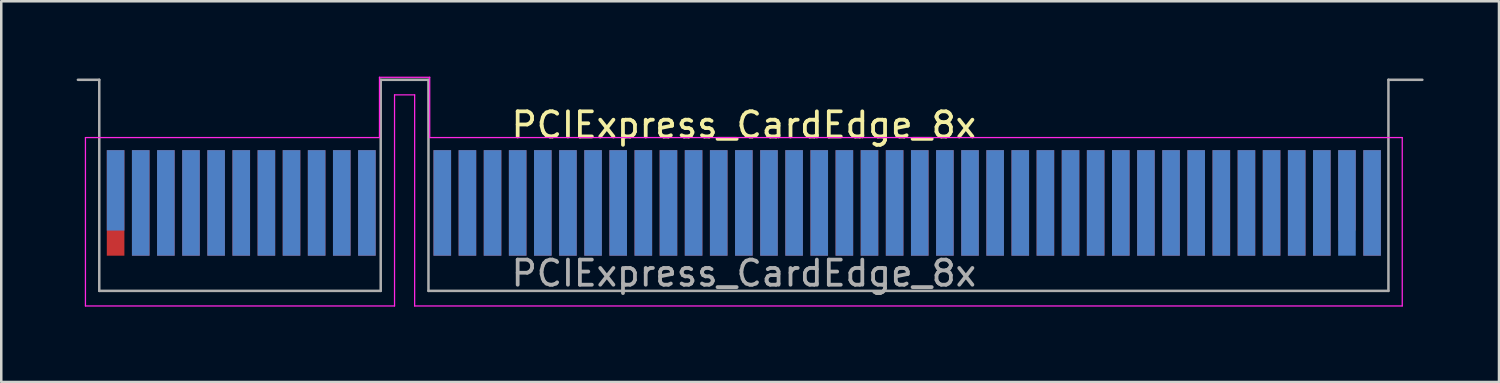
<source format=kicad_pcb>
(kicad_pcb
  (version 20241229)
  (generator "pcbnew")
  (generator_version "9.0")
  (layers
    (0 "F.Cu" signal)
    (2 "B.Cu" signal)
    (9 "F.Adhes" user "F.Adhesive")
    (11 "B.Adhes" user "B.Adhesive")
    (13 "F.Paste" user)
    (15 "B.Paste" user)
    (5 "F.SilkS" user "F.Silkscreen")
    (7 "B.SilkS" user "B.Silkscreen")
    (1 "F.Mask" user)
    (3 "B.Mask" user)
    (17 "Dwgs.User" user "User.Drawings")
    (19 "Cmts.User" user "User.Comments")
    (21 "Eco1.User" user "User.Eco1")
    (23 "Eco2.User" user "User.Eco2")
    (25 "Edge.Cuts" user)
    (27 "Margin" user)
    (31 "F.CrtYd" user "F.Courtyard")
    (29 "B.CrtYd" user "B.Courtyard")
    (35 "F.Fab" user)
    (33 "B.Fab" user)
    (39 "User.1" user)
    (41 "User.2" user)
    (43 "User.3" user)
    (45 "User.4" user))
  (footprint "PCIExpress_CardEdge_8x"
    (layer "F.Cu")
    (at 26.55 5.025)
    (property "Reference" "PCIExpress_CardEdge_8x" (at 0 -3.1 0) (layer "F.SilkS") (effects (font (size 1 1) (thickness 0.15))))
    (attr exclude_from_pos_files exclude_from_bom)
    (fp_line (start -26.2 -2.6) (end -26.2 4.1) (stroke (width 0.05) (type solid)) (layer "F.CrtYd"))
    (fp_line (start -26.2 4.1) (end -13.9 4.1) (stroke (width 0.05) (type solid)) (layer "F.CrtYd"))
    (fp_line (start -14.5 -5) (end -14.5 -2.6) (stroke (width 0.05) (type solid)) (layer "F.CrtYd"))
    (fp_line (start -14.5 -2.6) (end -26.2 -2.6) (stroke (width 0.05) (type solid)) (layer "F.CrtYd"))
    (fp_line (start -13.9 -4.3) (end -13.1 -4.3) (stroke (width 0.05) (type solid)) (layer "F.CrtYd"))
    (fp_line (start -13.9 4.1) (end -13.9 -4.3) (stroke (width 0.05) (type solid)) (layer "F.CrtYd"))
    (fp_line (start -13.1 -4.3) (end -13.1 4.1) (stroke (width 0.05) (type solid)) (layer "F.CrtYd"))
    (fp_line (start -13.1 4.1) (end 26.2 4.1) (stroke (width 0.05) (type solid)) (layer "F.CrtYd"))
    (fp_line (start -12.5 -5) (end -14.5 -5) (stroke (width 0.05) (type solid)) (layer "F.CrtYd"))
    (fp_line (start -12.5 -2.6) (end -12.5 -5) (stroke (width 0.05) (type solid)) (layer "F.CrtYd"))
    (fp_line (start 26.2 -2.6) (end -12.5 -2.6) (stroke (width 0.05) (type solid)) (layer "F.CrtYd"))
    (fp_line (start 26.2 4.1) (end 26.2 -2.6) (stroke (width 0.05) (type solid)) (layer "F.CrtYd"))
    (fp_line (start -25.65 -4.9) (end -26.5 -4.9) (stroke (width 0.1) (type solid)) (layer "F.Fab"))
    (fp_line (start -25.65 -4.9) (end -25.65 3.5) (stroke (width 0.1) (type solid)) (layer "F.Fab"))
    (fp_line (start -25.65 3.5) (end -14.45 3.5) (stroke (width 0.1) (type solid)) (layer "F.Fab"))
    (fp_line (start -14.45 -4.9) (end -14.45 3.5) (stroke (width 0.1) (type solid)) (layer "F.Fab"))
    (fp_line (start -14.45 -4.9) (end -12.55 -4.9) (stroke (width 0.1) (type solid)) (layer "F.Fab"))
    (fp_line (start -12.55 -4.9) (end -12.55 3.5) (stroke (width 0.1) (type solid)) (layer "F.Fab"))
    (fp_line (start -12.55 3.5) (end 25.65 3.5) (stroke (width 0.1) (type solid)) (layer "F.Fab"))
    (fp_line (start 25.65 -4.9) (end 25.65 3.5) (stroke (width 0.1) (type solid)) (layer "F.Fab"))
    (fp_line (start 25.65 -4.9) (end 27 -4.9) (stroke (width 0.1) (type solid)) (layer "F.Fab"))
    (fp_text user "${REFERENCE}" (at 0 2.8 0) (layer "F.Fab") (effects (font (size 1 1) (thickness 0.15))))
    (pad "A1" connect rect (at -25 -0.5) (size 0.7 3.2) (layers "B.Cu" "B.Mask"))
    (pad "A2" connect rect (at -24 0) (size 0.7 4.2) (layers "B.Cu" "B.Mask"))
    (pad "A3" connect rect (at -23 0) (size 0.7 4.2) (layers "B.Cu" "B.Mask"))
    (pad "A4" connect rect (at -22 0) (size 0.7 4.2) (layers "B.Cu" "B.Mask"))
    (pad "A5" connect rect (at -21 0) (size 0.7 4.2) (layers "B.Cu" "B.Mask"))
    (pad "A6" connect rect (at -20 0) (size 0.7 4.2) (layers "B.Cu" "B.Mask"))
    (pad "A7" connect rect (at -19 0) (size 0.7 4.2) (layers "B.Cu" "B.Mask"))
    (pad "A8" connect rect (at -18 0) (size 0.7 4.2) (layers "B.Cu" "B.Mask"))
    (pad "A9" connect rect (at -17 0) (size 0.7 4.2) (layers "B.Cu" "B.Mask"))
    (pad "A10" connect rect (at -16 0) (size 0.7 4.2) (layers "B.Cu" "B.Mask"))
    (pad "A11" connect rect (at -15 0) (size 0.7 4.2) (layers "B.Cu" "B.Mask"))
    (pad "A12" connect rect (at -12 0) (size 0.7 4.2) (layers "B.Cu" "B.Mask"))
    (pad "A13" connect rect (at -11 0) (size 0.7 4.2) (layers "B.Cu" "B.Mask"))
    (pad "A14" connect rect (at -10 0) (size 0.7 4.2) (layers "B.Cu" "B.Mask"))
    (pad "A15" connect rect (at -9 0) (size 0.7 4.2) (layers "B.Cu" "B.Mask"))
    (pad "A16" connect rect (at -8 0) (size 0.7 4.2) (layers "B.Cu" "B.Mask"))
    (pad "A17" connect rect (at -7 0) (size 0.7 4.2) (layers "B.Cu" "B.Mask"))
    (pad "A18" connect rect (at -6 0) (size 0.7 4.2) (layers "B.Cu" "B.Mask"))
    (pad "A19" connect rect (at -5 0) (size 0.7 4.2) (layers "B.Cu" "B.Mask"))
    (pad "A20" connect rect (at -4 0) (size 0.7 4.2) (layers "B.Cu" "B.Mask"))
    (pad "A21" connect rect (at -3 0) (size 0.7 4.2) (layers "B.Cu" "B.Mask"))
    (pad "A22" connect rect (at -2 0) (size 0.7 4.2) (layers "B.Cu" "B.Mask"))
    (pad "A23" connect rect (at -1 0) (size 0.7 4.2) (layers "B.Cu" "B.Mask"))
    (pad "A24" connect rect (at 0 0) (size 0.7 4.2) (layers "B.Cu" "B.Mask"))
    (pad "A25" connect rect (at 1 0) (size 0.7 4.2) (layers "B.Cu" "B.Mask"))
    (pad "A26" connect rect (at 2 0) (size 0.7 4.2) (layers "B.Cu" "B.Mask"))
    (pad "A27" connect rect (at 3 0) (size 0.7 4.2) (layers "B.Cu" "B.Mask"))
    (pad "A28" connect rect (at 4 0) (size 0.7 4.2) (layers "B.Cu" "B.Mask"))
    (pad "A29" connect rect (at 5 0) (size 0.7 4.2) (layers "B.Cu" "B.Mask"))
    (pad "A30" connect rect (at 6 0) (size 0.7 4.2) (layers "B.Cu" "B.Mask"))
    (pad "A31" connect rect (at 7 0) (size 0.7 4.2) (layers "B.Cu" "B.Mask"))
    (pad "A32" connect rect (at 8 0) (size 0.7 4.2) (layers "B.Cu" "B.Mask"))
    (pad "A33" connect rect (at 9 0) (size 0.7 4.2) (layers "B.Cu" "B.Mask"))
    (pad "A34" connect rect (at 10 0) (size 0.7 4.2) (layers "B.Cu" "B.Mask"))
    (pad "A35" connect rect (at 11 0) (size 0.7 4.2) (layers "B.Cu" "B.Mask"))
    (pad "A36" connect rect (at 12 0) (size 0.7 4.2) (layers "B.Cu" "B.Mask"))
    (pad "A37" connect rect (at 13 0) (size 0.7 4.2) (layers "B.Cu" "B.Mask"))
    (pad "A38" connect rect (at 14 0) (size 0.7 4.2) (layers "B.Cu" "B.Mask"))
    (pad "A39" connect rect (at 15 0) (size 0.7 4.2) (layers "B.Cu" "B.Mask"))
    (pad "A40" connect rect (at 16 0) (size 0.7 4.2) (layers "B.Cu" "B.Mask"))
    (pad "A41" connect rect (at 17 0) (size 0.7 4.2) (layers "B.Cu" "B.Mask"))
    (pad "A42" connect rect (at 18 0) (size 0.7 4.2) (layers "B.Cu" "B.Mask"))
    (pad "A43" connect rect (at 19 0) (size 0.7 4.2) (layers "B.Cu" "B.Mask"))
    (pad "A44" connect rect (at 20 0) (size 0.7 4.2) (layers "B.Cu" "B.Mask"))
    (pad "A45" connect rect (at 21 0) (size 0.7 4.2) (layers "B.Cu" "B.Mask"))
    (pad "A46" connect rect (at 22 0) (size 0.7 4.2) (layers "B.Cu" "B.Mask"))
    (pad "A47" connect rect (at 23 0) (size 0.7 4.2) (layers "B.Cu" "B.Mask"))
    (pad "A48" connect rect (at 24 0) (size 0.7 4.2) (layers "B.Cu" "B.Mask"))
    (pad "A49" connect rect (at 25 0) (size 0.7 4.2) (layers "B.Cu" "B.Mask"))
    (pad "B1" connect rect (at -25 0) (size 0.7 4.2) (layers "F.Cu" "F.Mask"))
    (pad "B2" connect rect (at -24 0) (size 0.7 4.2) (layers "F.Cu" "F.Mask"))
    (pad "B3" connect rect (at -23 0) (size 0.7 4.2) (layers "F.Cu" "F.Mask"))
    (pad "B4" connect rect (at -22 0) (size 0.7 4.2) (layers "F.Cu" "F.Mask"))
    (pad "B5" connect rect (at -21 0) (size 0.7 4.2) (layers "F.Cu" "F.Mask"))
    (pad "B6" connect rect (at -20 0) (size 0.7 4.2) (layers "F.Cu" "F.Mask"))
    (pad "B7" connect rect (at -19 0) (size 0.7 4.2) (layers "F.Cu" "F.Mask"))
    (pad "B8" connect rect (at -18 0) (size 0.7 4.2) (layers "F.Cu" "F.Mask"))
    (pad "B9" connect rect (at -17 0) (size 0.7 4.2) (layers "F.Cu" "F.Mask"))
    (pad "B10" connect rect (at -16 0) (size 0.7 4.2) (layers "F.Cu" "F.Mask"))
    (pad "B11" connect rect (at -15 0) (size 0.7 4.2) (layers "F.Cu" "F.Mask"))
    (pad "B12" connect rect (at -12 0) (size 0.7 4.2) (layers "F.Cu" "F.Mask"))
    (pad "B13" connect rect (at -11 0) (size 0.7 4.2) (layers "F.Cu" "F.Mask"))
    (pad "B14" connect rect (at -10 0) (size 0.7 4.2) (layers "F.Cu" "F.Mask"))
    (pad "B15" connect rect (at -9 0) (size 0.7 4.2) (layers "F.Cu" "F.Mask"))
    (pad "B16" connect rect (at -8 0) (size 0.7 4.2) (layers "F.Cu" "F.Mask"))
    (pad "B17" connect rect (at -7 0) (size 0.7 4.2) (layers "F.Cu" "F.Mask"))
    (pad "B18" connect rect (at -6 0) (size 0.7 4.2) (layers "F.Cu" "F.Mask"))
    (pad "B19" connect rect (at -5 0) (size 0.7 4.2) (layers "F.Cu" "F.Mask"))
    (pad "B20" connect rect (at -4 0) (size 0.7 4.2) (layers "F.Cu" "F.Mask"))
    (pad "B21" connect rect (at -3 0) (size 0.7 4.2) (layers "F.Cu" "F.Mask"))
    (pad "B22" connect rect (at -2 0) (size 0.7 4.2) (layers "F.Cu" "F.Mask"))
    (pad "B23" connect rect (at -1 0) (size 0.7 4.2) (layers "F.Cu" "F.Mask"))
    (pad "B24" connect rect (at 0 0) (size 0.7 4.2) (layers "F.Cu" "F.Mask"))
    (pad "B25" connect rect (at 1 0) (size 0.7 4.2) (layers "F.Cu" "F.Mask"))
    (pad "B26" connect rect (at 2 0) (size 0.7 4.2) (layers "F.Cu" "F.Mask"))
    (pad "B27" connect rect (at 3 0) (size 0.7 4.2) (layers "F.Cu" "F.Mask"))
    (pad "B28" connect rect (at 4 0) (size 0.7 4.2) (layers "F.Cu" "F.Mask"))
    (pad "B29" connect rect (at 5 0) (size 0.7 4.2) (layers "F.Cu" "F.Mask"))
    (pad "B30" connect rect (at 6 0) (size 0.7 4.2) (layers "F.Cu" "F.Mask"))
    (pad "B31" connect rect (at 7 0) (size 0.7 4.2) (layers "F.Cu" "F.Mask"))
    (pad "B32" connect rect (at 8 0) (size 0.7 4.2) (layers "F.Cu" "F.Mask"))
    (pad "B33" connect rect (at 9 0) (size 0.7 4.2) (layers "F.Cu" "F.Mask"))
    (pad "B34" connect rect (at 10 0) (size 0.7 4.2) (layers "F.Cu" "F.Mask"))
    (pad "B35" connect rect (at 11 0) (size 0.7 4.2) (layers "F.Cu" "F.Mask"))
    (pad "B36" connect rect (at 12 0) (size 0.7 4.2) (layers "F.Cu" "F.Mask"))
    (pad "B37" connect rect (at 13 0) (size 0.7 4.2) (layers "F.Cu" "F.Mask"))
    (pad "B38" connect rect (at 14 0) (size 0.7 4.2) (layers "F.Cu" "F.Mask"))
    (pad "B39" connect rect (at 15 0) (size 0.7 4.2) (layers "F.Cu" "F.Mask"))
    (pad "B40" connect rect (at 16 0) (size 0.7 4.2) (layers "F.Cu" "F.Mask"))
    (pad "B41" connect rect (at 17 0) (size 0.7 4.2) (layers "F.Cu" "F.Mask"))
    (pad "B42" connect rect (at 18 0) (size 0.7 4.2) (layers "F.Cu" "F.Mask"))
    (pad "B43" connect rect (at 19 0) (size 0.7 4.2) (layers "F.Cu" "F.Mask"))
    (pad "B44" connect rect (at 20 0) (size 0.7 4.2) (layers "F.Cu" "F.Mask"))
    (pad "B45" connect rect (at 21 0) (size 0.7 4.2) (layers "F.Cu" "F.Mask"))
    (pad "B46" connect rect (at 22 0) (size 0.7 4.2) (layers "F.Cu" "F.Mask"))
    (pad "B47" connect rect (at 23 0) (size 0.7 4.2) (layers "F.Cu" "F.Mask"))
    (pad "B48" connect rect (at 24 -0.5) (size 0.7 3.2) (layers "F.Cu" "F.Mask"))
    (pad "B49" connect rect (at 25 0) (size 0.7 4.2) (layers "F.Cu" "F.Mask")))
  (gr_rect
    (start -3 -3)
    (end 56.6 12.15)
    (stroke (width 0.1) (type default))
    (fill no)
    (layer "Edge.Cuts")))
</source>
